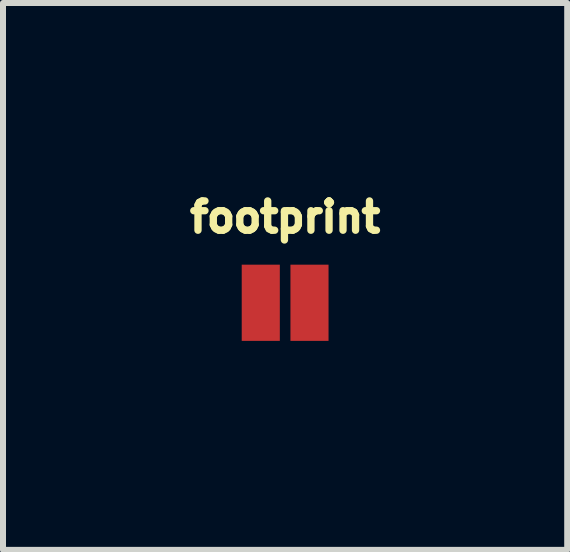
<source format=kicad_pcb>
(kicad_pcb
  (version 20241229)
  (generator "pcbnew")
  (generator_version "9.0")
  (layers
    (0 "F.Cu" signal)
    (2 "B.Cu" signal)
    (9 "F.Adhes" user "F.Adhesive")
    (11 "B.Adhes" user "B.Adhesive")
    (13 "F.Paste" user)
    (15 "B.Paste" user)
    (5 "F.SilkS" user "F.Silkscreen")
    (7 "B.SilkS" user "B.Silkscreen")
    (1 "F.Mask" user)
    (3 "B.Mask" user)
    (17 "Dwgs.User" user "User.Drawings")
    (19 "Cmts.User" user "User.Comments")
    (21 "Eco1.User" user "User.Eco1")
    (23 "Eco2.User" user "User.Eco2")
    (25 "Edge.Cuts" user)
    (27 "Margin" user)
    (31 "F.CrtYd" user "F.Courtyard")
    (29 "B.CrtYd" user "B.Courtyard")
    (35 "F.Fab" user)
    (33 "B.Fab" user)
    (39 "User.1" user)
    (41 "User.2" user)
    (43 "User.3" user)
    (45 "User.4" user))
  (footprint "footprint"
    (layer "F.Cu")
    (at 1.702 1.996)
    (property "Reference" "footprint" (at 0 -1.143 0) (layer "F.SilkS") (effects (font (size 0.488 0.488) (thickness 0.122)) (justify bottom)))
    (fp_poly (pts (xy -1.245 1.118) (xy 1.245 1.118) (xy 1.245 -1.118) (xy -1.245 -1.118)) (stroke (width 0) (type solid)) (fill yes) (layer "F.Paste"))
    (pad "1" smd rect (at -0.406 0) (size 0.635 1.27) (layers "F.Cu" "F.Mask"))
    (pad "2" smd rect (at 0.406 0) (size 0.635 1.27) (layers "F.Cu" "F.Mask")))
  (gr_rect
    (start -3 -3)
    (end 6.403 6.114)
    (stroke (width 0.1) (type default))
    (fill no)
    (layer "Edge.Cuts")))
</source>
